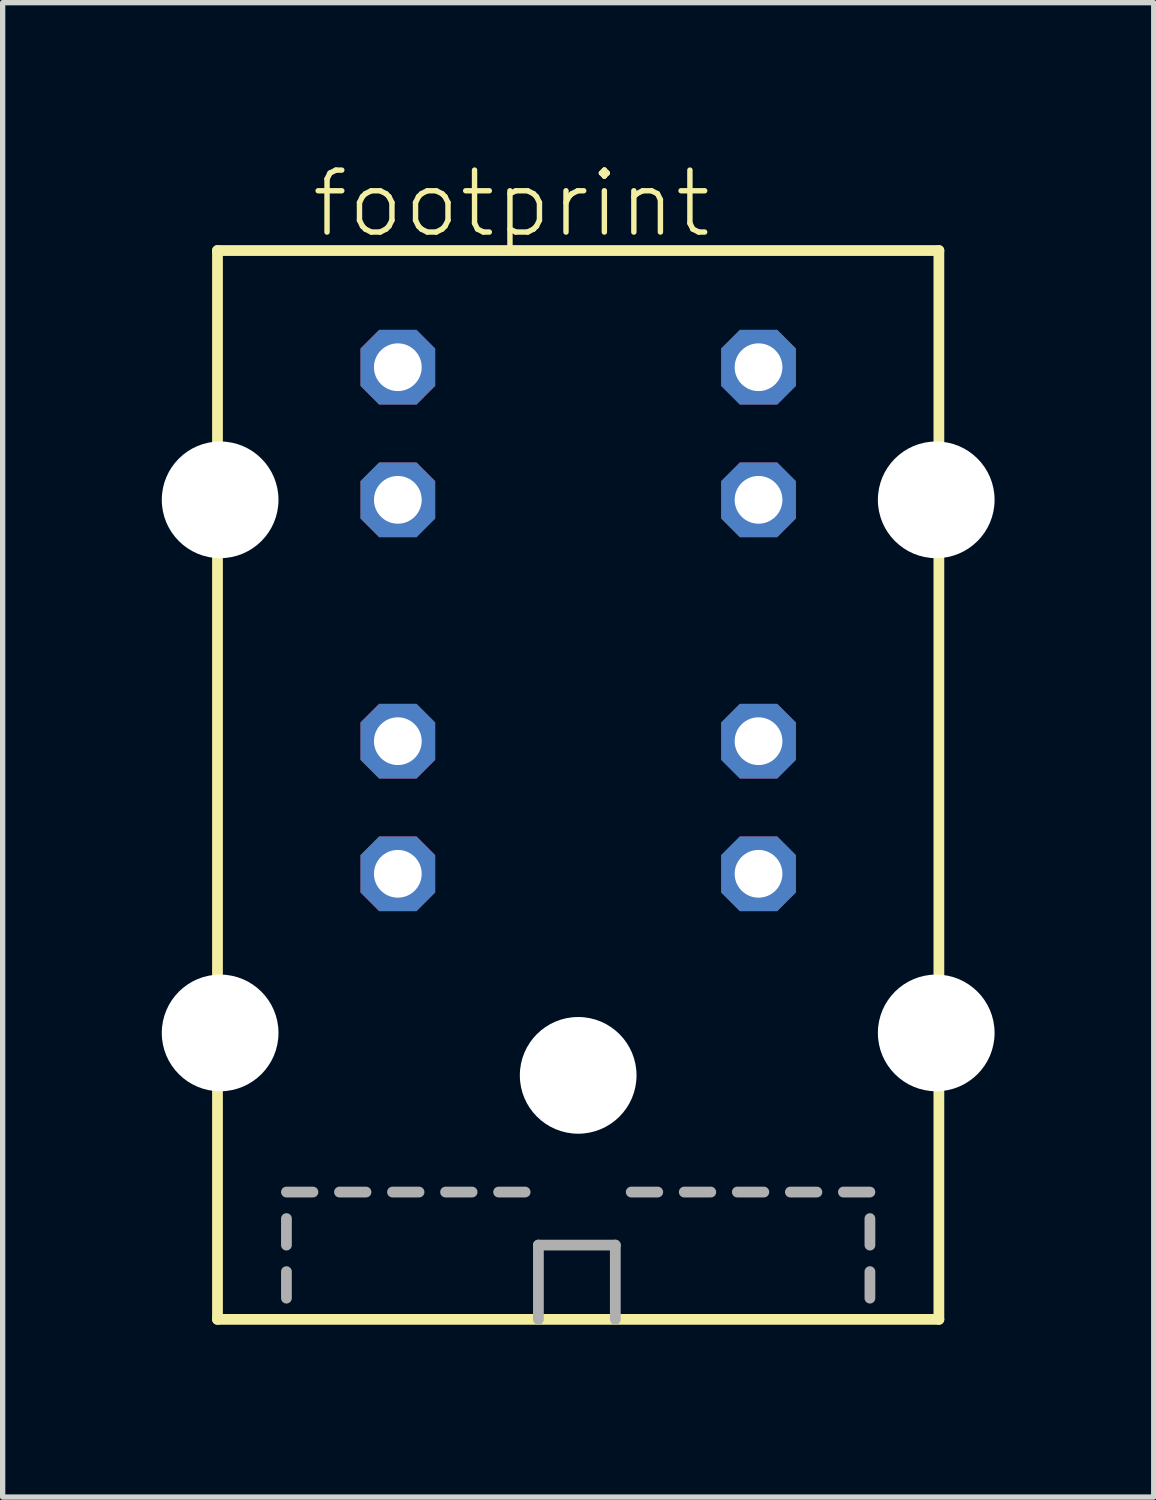
<source format=kicad_pcb>
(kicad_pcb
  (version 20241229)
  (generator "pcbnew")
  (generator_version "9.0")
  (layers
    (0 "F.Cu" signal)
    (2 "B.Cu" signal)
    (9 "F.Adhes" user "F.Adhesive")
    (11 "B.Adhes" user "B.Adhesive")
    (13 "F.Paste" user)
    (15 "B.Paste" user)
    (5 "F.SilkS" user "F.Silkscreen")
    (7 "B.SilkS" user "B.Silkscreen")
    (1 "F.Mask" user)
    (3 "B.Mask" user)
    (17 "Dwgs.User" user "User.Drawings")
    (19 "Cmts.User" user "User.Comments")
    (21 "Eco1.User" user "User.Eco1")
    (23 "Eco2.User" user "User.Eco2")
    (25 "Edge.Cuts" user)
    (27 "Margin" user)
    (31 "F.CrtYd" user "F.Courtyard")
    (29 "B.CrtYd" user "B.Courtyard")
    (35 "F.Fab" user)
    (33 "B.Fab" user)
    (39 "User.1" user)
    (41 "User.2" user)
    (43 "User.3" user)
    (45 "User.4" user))
  (footprint "footprint"
    (layer "F.Cu")
    (at 7.85 21.923)
    (property "Reference" "footprint" (at -5.08 -20.45 0) (layer "F.SilkS") (effects (font (size 1.168 1.168) (thickness 0.102)) (justify left bottom)))
    (fp_line (start -6.8 -20.25) (end -6.8 -0.1) (stroke (width 0.203) (type solid)) (layer "F.SilkS"))
    (fp_line (start -6.8 -0.1) (end 6.8 -0.1) (stroke (width 0.203) (type solid)) (layer "F.SilkS"))
    (fp_line (start 6.8 -20.25) (end -6.8 -20.25) (stroke (width 0.203) (type solid)) (layer "F.SilkS"))
    (fp_line (start 6.8 -0.1) (end 6.8 -20.25) (stroke (width 0.203) (type solid)) (layer "F.SilkS"))
    (fp_line (start -5.5 -2.5) (end -5 -2.5) (stroke (width 0.203) (type solid)) (layer "F.Fab"))
    (fp_line (start -5.5 -1.5) (end -5.5 -2) (stroke (width 0.203) (type solid)) (layer "F.Fab"))
    (fp_line (start -5.5 -0.5) (end -5.5 -1) (stroke (width 0.203) (type solid)) (layer "F.Fab"))
    (fp_line (start -4.5 -2.5) (end -4 -2.5) (stroke (width 0.203) (type solid)) (layer "F.Fab"))
    (fp_line (start -3.5 -2.5) (end -3 -2.5) (stroke (width 0.203) (type solid)) (layer "F.Fab"))
    (fp_line (start -2.5 -2.5) (end -2 -2.5) (stroke (width 0.203) (type solid)) (layer "F.Fab"))
    (fp_line (start -1.5 -2.5) (end -1 -2.5) (stroke (width 0.203) (type solid)) (layer "F.Fab"))
    (fp_line (start -0.75 -1.5) (end 0.7 -1.5) (stroke (width 0.203) (type solid)) (layer "F.Fab"))
    (fp_line (start -0.75 -0.1) (end -0.75 -1.5) (stroke (width 0.203) (type solid)) (layer "F.Fab"))
    (fp_line (start 0.7 -1.5) (end 0.7 -0.1) (stroke (width 0.203) (type solid)) (layer "F.Fab"))
    (fp_line (start 1 -2.5) (end 1.5 -2.5) (stroke (width 0.203) (type solid)) (layer "F.Fab"))
    (fp_line (start 2 -2.5) (end 2.5 -2.5) (stroke (width 0.203) (type solid)) (layer "F.Fab"))
    (fp_line (start 3 -2.5) (end 3.5 -2.5) (stroke (width 0.203) (type solid)) (layer "F.Fab"))
    (fp_line (start 4 -2.5) (end 4.5 -2.5) (stroke (width 0.203) (type solid)) (layer "F.Fab"))
    (fp_line (start 5 -2.5) (end 5.5 -2.5) (stroke (width 0.203) (type solid)) (layer "F.Fab"))
    (fp_line (start 5.5 -1.5) (end 5.5 -2) (stroke (width 0.203) (type solid)) (layer "F.Fab"))
    (fp_line (start 5.5 -0.5) (end 5.5 -1) (stroke (width 0.203) (type solid)) (layer "F.Fab"))
    (pad "" np_thru_hole circle (at -6.75 -15.55) (size 2.2 2.2) (drill 2.2) (layers "*.Cu" "*.Mask"))
    (pad "" np_thru_hole circle (at -6.75 -5.5) (size 2.2 2.2) (drill 2.2) (layers "*.Cu" "*.Mask"))
    (pad "" np_thru_hole circle (at 0 -4.7) (size 2.2 2.2) (drill 2.2) (layers "*.Cu" "*.Mask"))
    (pad "" np_thru_hole circle (at 6.75 -15.55) (size 2.2 2.2) (drill 2.2) (layers "*.Cu" "*.Mask"))
    (pad "" np_thru_hole circle (at 6.75 -5.5) (size 2.2 2.2) (drill 2.2) (layers "*.Cu" "*.Mask"))
    (pad "1-1" thru_hole roundrect (at 3.4 -8.5) (size 1.408 1.408) (drill 0.9) (layers "*.Cu" "*.Mask") (roundrect_rratio 0.25) (chamfer_ratio 0.25) (chamfer top_left top_right bottom_left bottom_right))
    (pad "1-2" thru_hole roundrect (at -3.4 -8.5) (size 1.408 1.408) (drill 0.9) (layers "*.Cu" "*.Mask") (roundrect_rratio 0.25) (chamfer_ratio 0.25) (chamfer top_left top_right bottom_left bottom_right))
    (pad "1-3" thru_hole roundrect (at 3.4 -11) (size 1.408 1.408) (drill 0.9) (layers "*.Cu" "*.Mask") (roundrect_rratio 0.25) (chamfer_ratio 0.25) (chamfer top_left top_right bottom_left bottom_right))
    (pad "1-4" thru_hole roundrect (at -3.4 -11) (size 1.408 1.408) (drill 0.9) (layers "*.Cu" "*.Mask") (roundrect_rratio 0.25) (chamfer_ratio 0.25) (chamfer top_left top_right bottom_left bottom_right))
    (pad "2-1" thru_hole roundrect (at 3.4 -15.55) (size 1.408 1.408) (drill 0.9) (layers "*.Cu" "*.Mask") (roundrect_rratio 0.25) (chamfer_ratio 0.25) (chamfer top_left top_right bottom_left bottom_right))
    (pad "2-2" thru_hole roundrect (at -3.4 -15.55) (size 1.408 1.408) (drill 0.9) (layers "*.Cu" "*.Mask") (roundrect_rratio 0.25) (chamfer_ratio 0.25) (chamfer top_left top_right bottom_left bottom_right))
    (pad "2-3" thru_hole roundrect (at 3.4 -18.05) (size 1.408 1.408) (drill 0.9) (layers "*.Cu" "*.Mask") (roundrect_rratio 0.25) (chamfer_ratio 0.25) (chamfer top_left top_right bottom_left bottom_right))
    (pad "2-4" thru_hole roundrect (at -3.4 -18.05) (size 1.408 1.408) (drill 0.9) (layers "*.Cu" "*.Mask") (roundrect_rratio 0.25) (chamfer_ratio 0.25) (chamfer top_left top_right bottom_left bottom_right)))
  (gr_rect
    (start -3 -3)
    (end 18.7 25.173)
    (stroke (width 0.1) (type default))
    (fill no)
    (layer "Edge.Cuts")))
</source>
